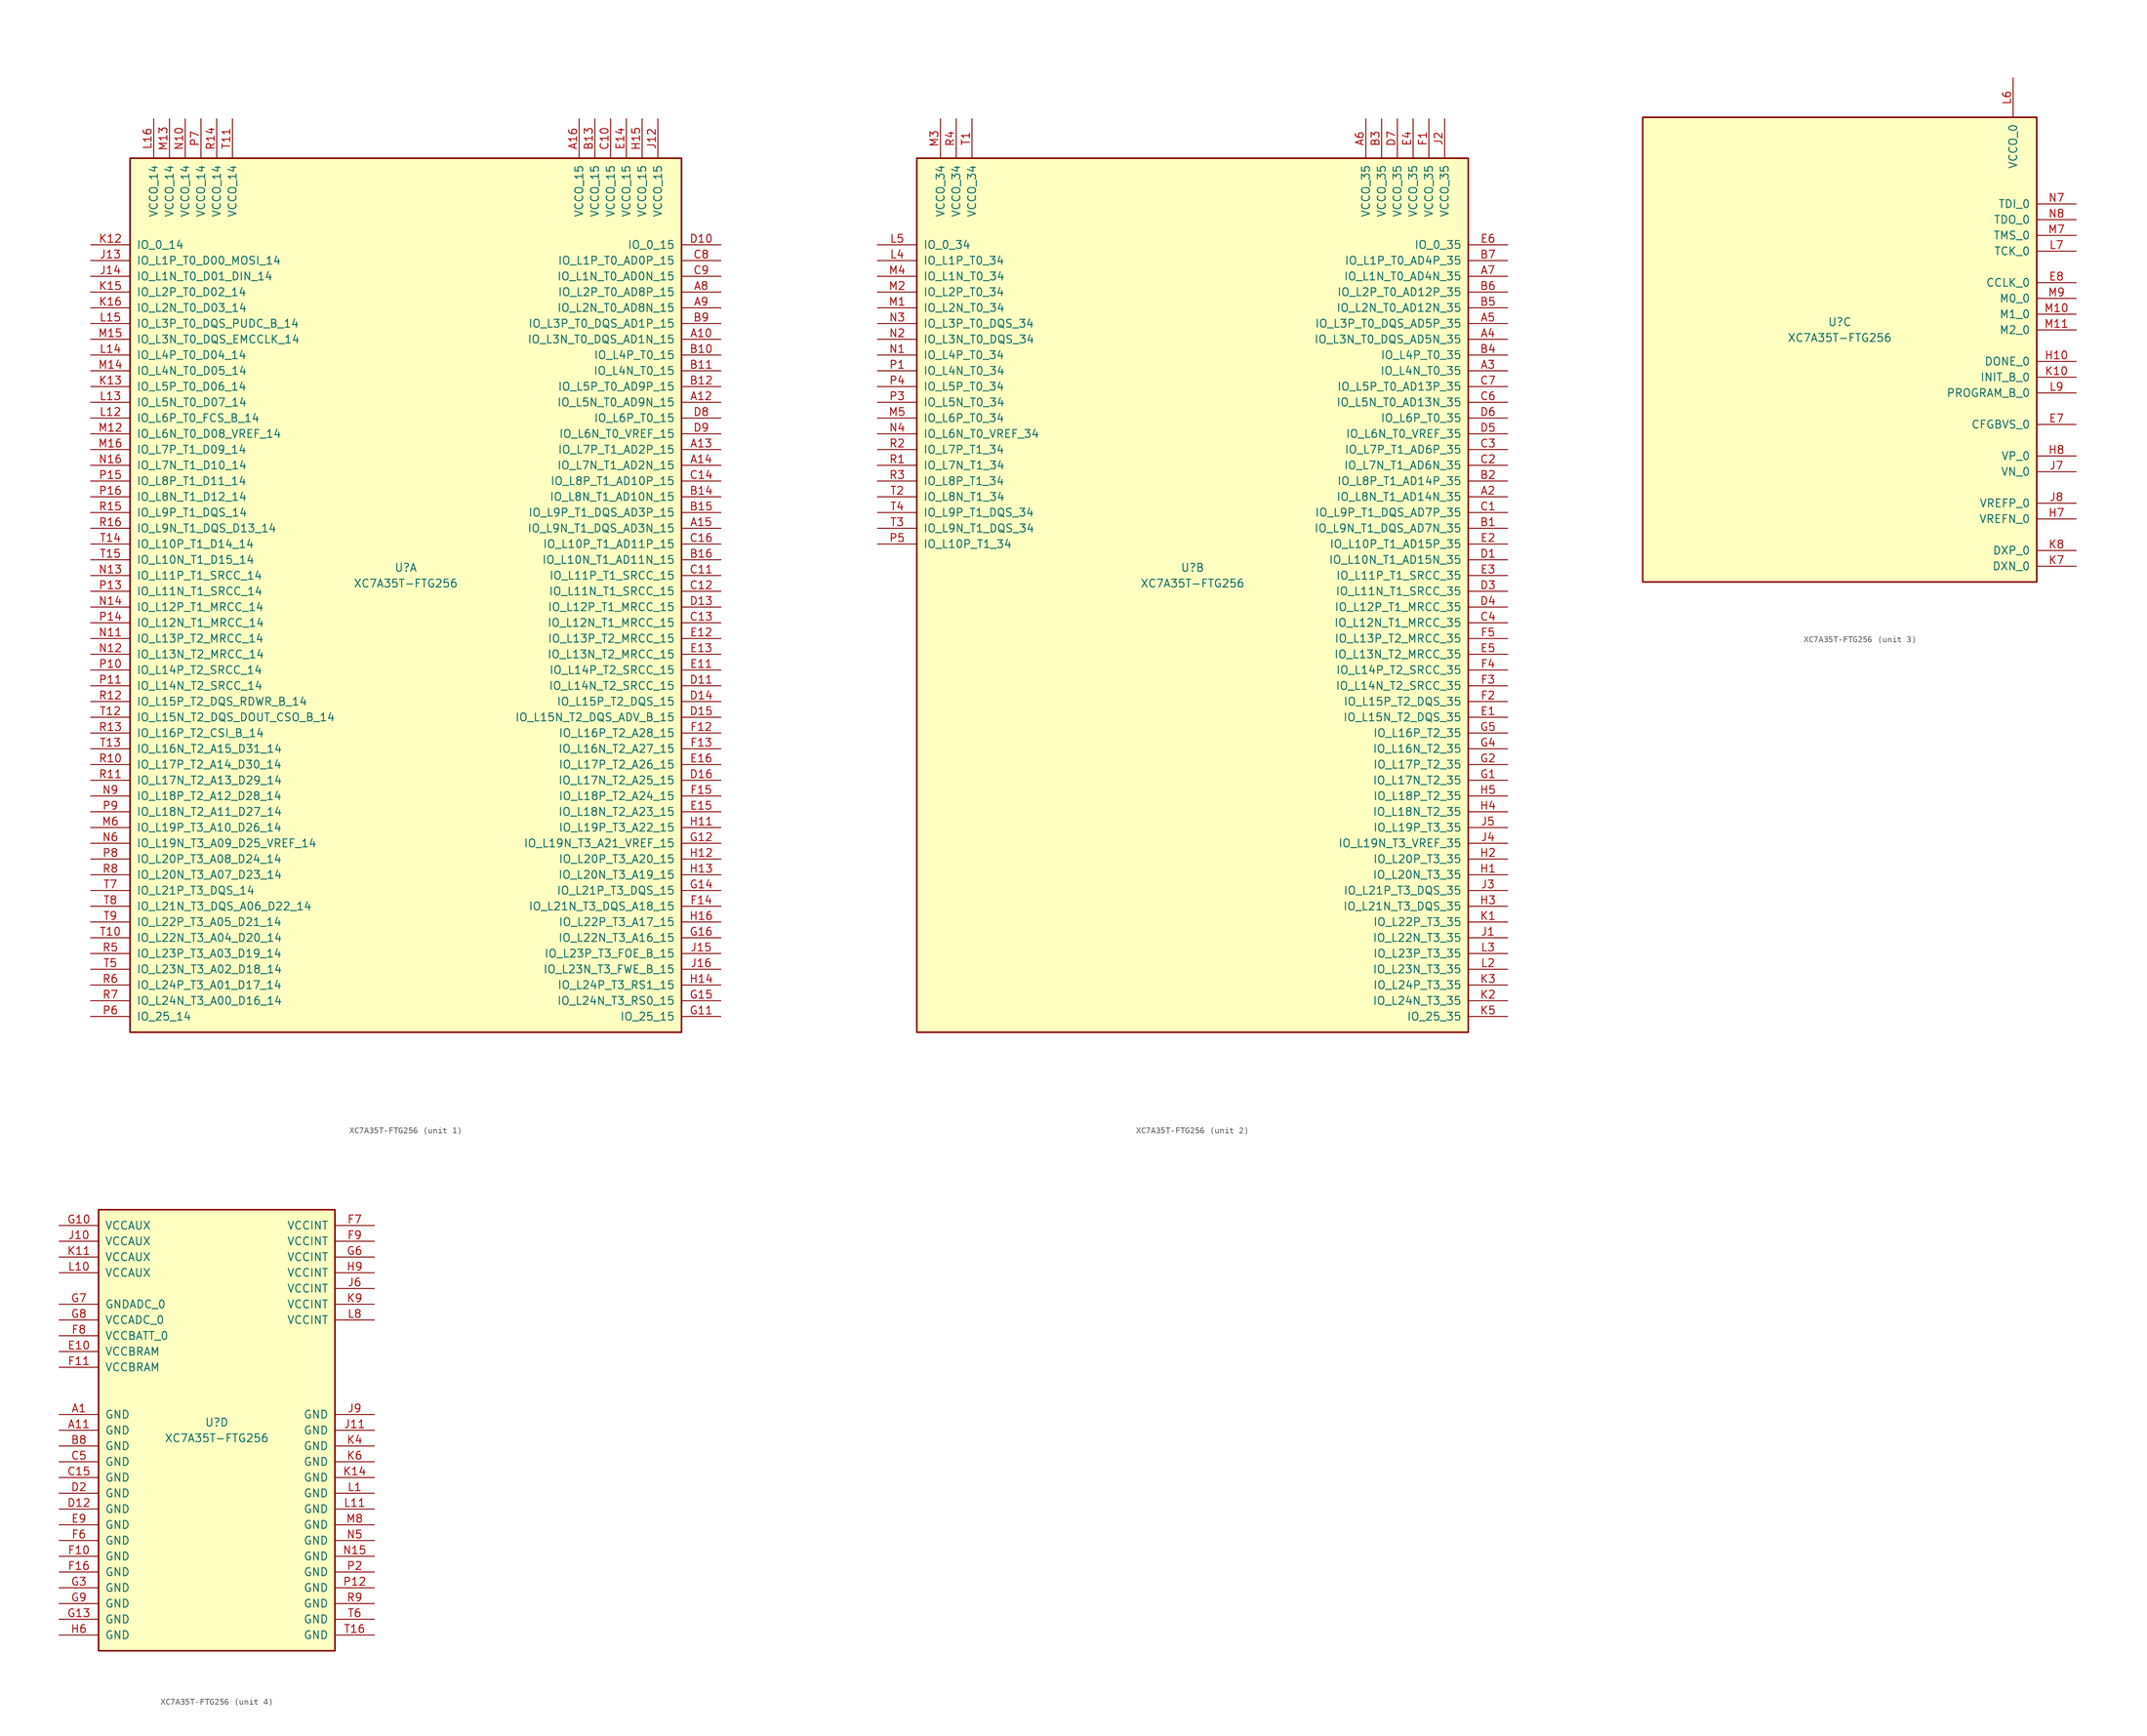
<source format=kicad_sym>
(kicad_symbol_lib
  (version 20201005)
  (generator kicad_symbol_editor)
  (symbol "XC7A35T-FTG256"
    (pin_names
      (offset 1.016))
    (property "Reference" "U"
      (at 0 1.27 0)
      (effects (font (size 1.27 1.27))))
    (property "Value" "XC7A35T-FTG256"
      (at 0 -1.27 0)
      (effects (font (size 1.27 1.27))))
    (property "Datasheet" ""
      (at 0 0 0)
      (effects (font (size 1.27 1.27))))
    (property "ki_locked" ""
      (at 0 0 0)
      (effects (font (size 1.27 1.27))))
    (symbol "XC7A35T-FTG256_1_1"
      (rectangle (start -44.45 67.31) (end 44.45 -73.66) (stroke (width 0.254)) (fill (type background)))
      (pin bidirectional line (at 50.8 38.1 180) (length 6.35) (name "IO_L3N_T0_DQS_AD1N_15" (effects (font (size 1.27 1.27)))) (number "A10" (effects (font (size 1.27 1.27)))))
      (pin bidirectional line (at 50.8 27.94 180) (length 6.35) (name "IO_L5N_T0_AD9N_15" (effects (font (size 1.27 1.27)))) (number "A12" (effects (font (size 1.27 1.27)))))
      (pin bidirectional line (at 50.8 20.32 180) (length 6.35) (name "IO_L7P_T1_AD2P_15" (effects (font (size 1.27 1.27)))) (number "A13" (effects (font (size 1.27 1.27)))))
      (pin bidirectional line (at 50.8 17.78 180) (length 6.35) (name "IO_L7N_T1_AD2N_15" (effects (font (size 1.27 1.27)))) (number "A14" (effects (font (size 1.27 1.27)))))
      (pin bidirectional line (at 50.8 7.62 180) (length 6.35) (name "IO_L9N_T1_DQS_AD3N_15" (effects (font (size 1.27 1.27)))) (number "A15" (effects (font (size 1.27 1.27)))))
      (pin power_in line (at 27.94 73.66 270) (length 6.35) (name "VCCO_15" (effects (font (size 1.27 1.27)))) (number "A16" (effects (font (size 1.27 1.27)))))
      (pin bidirectional line (at 50.8 45.72 180) (length 6.35) (name "IO_L2P_T0_AD8P_15" (effects (font (size 1.27 1.27)))) (number "A8" (effects (font (size 1.27 1.27)))))
      (pin bidirectional line (at 50.8 43.18 180) (length 6.35) (name "IO_L2N_T0_AD8N_15" (effects (font (size 1.27 1.27)))) (number "A9" (effects (font (size 1.27 1.27)))))
      (pin bidirectional line (at 50.8 35.56 180) (length 6.35) (name "IO_L4P_T0_15" (effects (font (size 1.27 1.27)))) (number "B10" (effects (font (size 1.27 1.27)))))
      (pin bidirectional line (at 50.8 33.02 180) (length 6.35) (name "IO_L4N_T0_15" (effects (font (size 1.27 1.27)))) (number "B11" (effects (font (size 1.27 1.27)))))
      (pin bidirectional line (at 50.8 30.48 180) (length 6.35) (name "IO_L5P_T0_AD9P_15" (effects (font (size 1.27 1.27)))) (number "B12" (effects (font (size 1.27 1.27)))))
      (pin power_in line (at 30.48 73.66 270) (length 6.35) (name "VCCO_15" (effects (font (size 1.27 1.27)))) (number "B13" (effects (font (size 1.27 1.27)))))
      (pin bidirectional line (at 50.8 12.7 180) (length 6.35) (name "IO_L8N_T1_AD10N_15" (effects (font (size 1.27 1.27)))) (number "B14" (effects (font (size 1.27 1.27)))))
      (pin bidirectional line (at 50.8 10.16 180) (length 6.35) (name "IO_L9P_T1_DQS_AD3P_15" (effects (font (size 1.27 1.27)))) (number "B15" (effects (font (size 1.27 1.27)))))
      (pin bidirectional line (at 50.8 2.54 180) (length 6.35) (name "IO_L10N_T1_AD11N_15" (effects (font (size 1.27 1.27)))) (number "B16" (effects (font (size 1.27 1.27)))))
      (pin bidirectional line (at 50.8 40.64 180) (length 6.35) (name "IO_L3P_T0_DQS_AD1P_15" (effects (font (size 1.27 1.27)))) (number "B9" (effects (font (size 1.27 1.27)))))
      (pin power_in line (at 33.02 73.66 270) (length 6.35) (name "VCCO_15" (effects (font (size 1.27 1.27)))) (number "C10" (effects (font (size 1.27 1.27)))))
      (pin bidirectional line (at 50.8 0 180) (length 6.35) (name "IO_L11P_T1_SRCC_15" (effects (font (size 1.27 1.27)))) (number "C11" (effects (font (size 1.27 1.27)))))
      (pin bidirectional line (at 50.8 -2.54 180) (length 6.35) (name "IO_L11N_T1_SRCC_15" (effects (font (size 1.27 1.27)))) (number "C12" (effects (font (size 1.27 1.27)))))
      (pin bidirectional line (at 50.8 -7.62 180) (length 6.35) (name "IO_L12N_T1_MRCC_15" (effects (font (size 1.27 1.27)))) (number "C13" (effects (font (size 1.27 1.27)))))
      (pin bidirectional line (at 50.8 15.24 180) (length 6.35) (name "IO_L8P_T1_AD10P_15" (effects (font (size 1.27 1.27)))) (number "C14" (effects (font (size 1.27 1.27)))))
      (pin bidirectional line (at 50.8 5.08 180) (length 6.35) (name "IO_L10P_T1_AD11P_15" (effects (font (size 1.27 1.27)))) (number "C16" (effects (font (size 1.27 1.27)))))
      (pin bidirectional line (at 50.8 50.8 180) (length 6.35) (name "IO_L1P_T0_AD0P_15" (effects (font (size 1.27 1.27)))) (number "C8" (effects (font (size 1.27 1.27)))))
      (pin bidirectional line (at 50.8 48.26 180) (length 6.35) (name "IO_L1N_T0_AD0N_15" (effects (font (size 1.27 1.27)))) (number "C9" (effects (font (size 1.27 1.27)))))
      (pin bidirectional line (at 50.8 53.34 180) (length 6.35) (name "IO_0_15" (effects (font (size 1.27 1.27)))) (number "D10" (effects (font (size 1.27 1.27)))))
      (pin bidirectional line (at 50.8 -17.78 180) (length 6.35) (name "IO_L14N_T2_SRCC_15" (effects (font (size 1.27 1.27)))) (number "D11" (effects (font (size 1.27 1.27)))))
      (pin bidirectional line (at 50.8 -5.08 180) (length 6.35) (name "IO_L12P_T1_MRCC_15" (effects (font (size 1.27 1.27)))) (number "D13" (effects (font (size 1.27 1.27)))))
      (pin bidirectional line (at 50.8 -20.32 180) (length 6.35) (name "IO_L15P_T2_DQS_15" (effects (font (size 1.27 1.27)))) (number "D14" (effects (font (size 1.27 1.27)))))
      (pin bidirectional line (at 50.8 -22.86 180) (length 6.35) (name "IO_L15N_T2_DQS_ADV_B_15" (effects (font (size 1.27 1.27)))) (number "D15" (effects (font (size 1.27 1.27)))))
      (pin bidirectional line (at 50.8 -33.02 180) (length 6.35) (name "IO_L17N_T2_A25_15" (effects (font (size 1.27 1.27)))) (number "D16" (effects (font (size 1.27 1.27)))))
      (pin bidirectional line (at 50.8 25.4 180) (length 6.35) (name "IO_L6P_T0_15" (effects (font (size 1.27 1.27)))) (number "D8" (effects (font (size 1.27 1.27)))))
      (pin bidirectional line (at 50.8 22.86 180) (length 6.35) (name "IO_L6N_T0_VREF_15" (effects (font (size 1.27 1.27)))) (number "D9" (effects (font (size 1.27 1.27)))))
      (pin bidirectional line (at 50.8 -15.24 180) (length 6.35) (name "IO_L14P_T2_SRCC_15" (effects (font (size 1.27 1.27)))) (number "E11" (effects (font (size 1.27 1.27)))))
      (pin bidirectional line (at 50.8 -10.16 180) (length 6.35) (name "IO_L13P_T2_MRCC_15" (effects (font (size 1.27 1.27)))) (number "E12" (effects (font (size 1.27 1.27)))))
      (pin bidirectional line (at 50.8 -12.7 180) (length 6.35) (name "IO_L13N_T2_MRCC_15" (effects (font (size 1.27 1.27)))) (number "E13" (effects (font (size 1.27 1.27)))))
      (pin power_in line (at 35.56 73.66 270) (length 6.35) (name "VCCO_15" (effects (font (size 1.27 1.27)))) (number "E14" (effects (font (size 1.27 1.27)))))
      (pin bidirectional line (at 50.8 -38.1 180) (length 6.35) (name "IO_L18N_T2_A23_15" (effects (font (size 1.27 1.27)))) (number "E15" (effects (font (size 1.27 1.27)))))
      (pin bidirectional line (at 50.8 -30.48 180) (length 6.35) (name "IO_L17P_T2_A26_15" (effects (font (size 1.27 1.27)))) (number "E16" (effects (font (size 1.27 1.27)))))
      (pin bidirectional line (at 50.8 -25.4 180) (length 6.35) (name "IO_L16P_T2_A28_15" (effects (font (size 1.27 1.27)))) (number "F12" (effects (font (size 1.27 1.27)))))
      (pin bidirectional line (at 50.8 -27.94 180) (length 6.35) (name "IO_L16N_T2_A27_15" (effects (font (size 1.27 1.27)))) (number "F13" (effects (font (size 1.27 1.27)))))
      (pin bidirectional line (at 50.8 -53.34 180) (length 6.35) (name "IO_L21N_T3_DQS_A18_15" (effects (font (size 1.27 1.27)))) (number "F14" (effects (font (size 1.27 1.27)))))
      (pin bidirectional line (at 50.8 -35.56 180) (length 6.35) (name "IO_L18P_T2_A24_15" (effects (font (size 1.27 1.27)))) (number "F15" (effects (font (size 1.27 1.27)))))
      (pin bidirectional line (at 50.8 -71.12 180) (length 6.35) (name "IO_25_15" (effects (font (size 1.27 1.27)))) (number "G11" (effects (font (size 1.27 1.27)))))
      (pin bidirectional line (at 50.8 -43.18 180) (length 6.35) (name "IO_L19N_T3_A21_VREF_15" (effects (font (size 1.27 1.27)))) (number "G12" (effects (font (size 1.27 1.27)))))
      (pin bidirectional line (at 50.8 -50.8 180) (length 6.35) (name "IO_L21P_T3_DQS_15" (effects (font (size 1.27 1.27)))) (number "G14" (effects (font (size 1.27 1.27)))))
      (pin bidirectional line (at 50.8 -68.58 180) (length 6.35) (name "IO_L24N_T3_RS0_15" (effects (font (size 1.27 1.27)))) (number "G15" (effects (font (size 1.27 1.27)))))
      (pin bidirectional line (at 50.8 -58.42 180) (length 6.35) (name "IO_L22N_T3_A16_15" (effects (font (size 1.27 1.27)))) (number "G16" (effects (font (size 1.27 1.27)))))
      (pin bidirectional line (at 50.8 -40.64 180) (length 6.35) (name "IO_L19P_T3_A22_15" (effects (font (size 1.27 1.27)))) (number "H11" (effects (font (size 1.27 1.27)))))
      (pin bidirectional line (at 50.8 -45.72 180) (length 6.35) (name "IO_L20P_T3_A20_15" (effects (font (size 1.27 1.27)))) (number "H12" (effects (font (size 1.27 1.27)))))
      (pin bidirectional line (at 50.8 -48.26 180) (length 6.35) (name "IO_L20N_T3_A19_15" (effects (font (size 1.27 1.27)))) (number "H13" (effects (font (size 1.27 1.27)))))
      (pin bidirectional line (at 50.8 -66.04 180) (length 6.35) (name "IO_L24P_T3_RS1_15" (effects (font (size 1.27 1.27)))) (number "H14" (effects (font (size 1.27 1.27)))))
      (pin power_in line (at 38.1 73.66 270) (length 6.35) (name "VCCO_15" (effects (font (size 1.27 1.27)))) (number "H15" (effects (font (size 1.27 1.27)))))
      (pin bidirectional line (at 50.8 -55.88 180) (length 6.35) (name "IO_L22P_T3_A17_15" (effects (font (size 1.27 1.27)))) (number "H16" (effects (font (size 1.27 1.27)))))
      (pin power_in line (at 40.64 73.66 270) (length 6.35) (name "VCCO_15" (effects (font (size 1.27 1.27)))) (number "J12" (effects (font (size 1.27 1.27)))))
      (pin bidirectional line (at -50.8 50.8 0) (length 6.35) (name "IO_L1P_T0_D00_MOSI_14" (effects (font (size 1.27 1.27)))) (number "J13" (effects (font (size 1.27 1.27)))))
      (pin bidirectional line (at -50.8 48.26 0) (length 6.35) (name "IO_L1N_T0_D01_DIN_14" (effects (font (size 1.27 1.27)))) (number "J14" (effects (font (size 1.27 1.27)))))
      (pin bidirectional line (at 50.8 -60.96 180) (length 6.35) (name "IO_L23P_T3_FOE_B_15" (effects (font (size 1.27 1.27)))) (number "J15" (effects (font (size 1.27 1.27)))))
      (pin bidirectional line (at 50.8 -63.5 180) (length 6.35) (name "IO_L23N_T3_FWE_B_15" (effects (font (size 1.27 1.27)))) (number "J16" (effects (font (size 1.27 1.27)))))
      (pin bidirectional line (at -50.8 53.34 0) (length 6.35) (name "IO_0_14" (effects (font (size 1.27 1.27)))) (number "K12" (effects (font (size 1.27 1.27)))))
      (pin bidirectional line (at -50.8 30.48 0) (length 6.35) (name "IO_L5P_T0_D06_14" (effects (font (size 1.27 1.27)))) (number "K13" (effects (font (size 1.27 1.27)))))
      (pin bidirectional line (at -50.8 45.72 0) (length 6.35) (name "IO_L2P_T0_D02_14" (effects (font (size 1.27 1.27)))) (number "K15" (effects (font (size 1.27 1.27)))))
      (pin bidirectional line (at -50.8 43.18 0) (length 6.35) (name "IO_L2N_T0_D03_14" (effects (font (size 1.27 1.27)))) (number "K16" (effects (font (size 1.27 1.27)))))
      (pin bidirectional line (at -50.8 25.4 0) (length 6.35) (name "IO_L6P_T0_FCS_B_14" (effects (font (size 1.27 1.27)))) (number "L12" (effects (font (size 1.27 1.27)))))
      (pin bidirectional line (at -50.8 27.94 0) (length 6.35) (name "IO_L5N_T0_D07_14" (effects (font (size 1.27 1.27)))) (number "L13" (effects (font (size 1.27 1.27)))))
      (pin bidirectional line (at -50.8 35.56 0) (length 6.35) (name "IO_L4P_T0_D04_14" (effects (font (size 1.27 1.27)))) (number "L14" (effects (font (size 1.27 1.27)))))
      (pin bidirectional line (at -50.8 40.64 0) (length 6.35) (name "IO_L3P_T0_DQS_PUDC_B_14" (effects (font (size 1.27 1.27)))) (number "L15" (effects (font (size 1.27 1.27)))))
      (pin power_in line (at -40.64 73.66 270) (length 6.35) (name "VCCO_14" (effects (font (size 1.27 1.27)))) (number "L16" (effects (font (size 1.27 1.27)))))
      (pin bidirectional line (at -50.8 22.86 0) (length 6.35) (name "IO_L6N_T0_D08_VREF_14" (effects (font (size 1.27 1.27)))) (number "M12" (effects (font (size 1.27 1.27)))))
      (pin power_in line (at -38.1 73.66 270) (length 6.35) (name "VCCO_14" (effects (font (size 1.27 1.27)))) (number "M13" (effects (font (size 1.27 1.27)))))
      (pin bidirectional line (at -50.8 33.02 0) (length 6.35) (name "IO_L4N_T0_D05_14" (effects (font (size 1.27 1.27)))) (number "M14" (effects (font (size 1.27 1.27)))))
      (pin bidirectional line (at -50.8 38.1 0) (length 6.35) (name "IO_L3N_T0_DQS_EMCCLK_14" (effects (font (size 1.27 1.27)))) (number "M15" (effects (font (size 1.27 1.27)))))
      (pin bidirectional line (at -50.8 20.32 0) (length 6.35) (name "IO_L7P_T1_D09_14" (effects (font (size 1.27 1.27)))) (number "M16" (effects (font (size 1.27 1.27)))))
      (pin bidirectional line (at -50.8 -40.64 0) (length 6.35) (name "IO_L19P_T3_A10_D26_14" (effects (font (size 1.27 1.27)))) (number "M6" (effects (font (size 1.27 1.27)))))
      (pin power_in line (at -35.56 73.66 270) (length 6.35) (name "VCCO_14" (effects (font (size 1.27 1.27)))) (number "N10" (effects (font (size 1.27 1.27)))))
      (pin bidirectional line (at -50.8 -10.16 0) (length 6.35) (name "IO_L13P_T2_MRCC_14" (effects (font (size 1.27 1.27)))) (number "N11" (effects (font (size 1.27 1.27)))))
      (pin bidirectional line (at -50.8 -12.7 0) (length 6.35) (name "IO_L13N_T2_MRCC_14" (effects (font (size 1.27 1.27)))) (number "N12" (effects (font (size 1.27 1.27)))))
      (pin bidirectional line (at -50.8 0 0) (length 6.35) (name "IO_L11P_T1_SRCC_14" (effects (font (size 1.27 1.27)))) (number "N13" (effects (font (size 1.27 1.27)))))
      (pin bidirectional line (at -50.8 -5.08 0) (length 6.35) (name "IO_L12P_T1_MRCC_14" (effects (font (size 1.27 1.27)))) (number "N14" (effects (font (size 1.27 1.27)))))
      (pin bidirectional line (at -50.8 17.78 0) (length 6.35) (name "IO_L7N_T1_D10_14" (effects (font (size 1.27 1.27)))) (number "N16" (effects (font (size 1.27 1.27)))))
      (pin bidirectional line (at -50.8 -43.18 0) (length 6.35) (name "IO_L19N_T3_A09_D25_VREF_14" (effects (font (size 1.27 1.27)))) (number "N6" (effects (font (size 1.27 1.27)))))
      (pin bidirectional line (at -50.8 -35.56 0) (length 6.35) (name "IO_L18P_T2_A12_D28_14" (effects (font (size 1.27 1.27)))) (number "N9" (effects (font (size 1.27 1.27)))))
      (pin bidirectional line (at -50.8 -15.24 0) (length 6.35) (name "IO_L14P_T2_SRCC_14" (effects (font (size 1.27 1.27)))) (number "P10" (effects (font (size 1.27 1.27)))))
      (pin bidirectional line (at -50.8 -17.78 0) (length 6.35) (name "IO_L14N_T2_SRCC_14" (effects (font (size 1.27 1.27)))) (number "P11" (effects (font (size 1.27 1.27)))))
      (pin bidirectional line (at -50.8 -2.54 0) (length 6.35) (name "IO_L11N_T1_SRCC_14" (effects (font (size 1.27 1.27)))) (number "P13" (effects (font (size 1.27 1.27)))))
      (pin bidirectional line (at -50.8 -7.62 0) (length 6.35) (name "IO_L12N_T1_MRCC_14" (effects (font (size 1.27 1.27)))) (number "P14" (effects (font (size 1.27 1.27)))))
      (pin bidirectional line (at -50.8 15.24 0) (length 6.35) (name "IO_L8P_T1_D11_14" (effects (font (size 1.27 1.27)))) (number "P15" (effects (font (size 1.27 1.27)))))
      (pin bidirectional line (at -50.8 12.7 0) (length 6.35) (name "IO_L8N_T1_D12_14" (effects (font (size 1.27 1.27)))) (number "P16" (effects (font (size 1.27 1.27)))))
      (pin bidirectional line (at -50.8 -71.12 0) (length 6.35) (name "IO_25_14" (effects (font (size 1.27 1.27)))) (number "P6" (effects (font (size 1.27 1.27)))))
      (pin power_in line (at -33.02 73.66 270) (length 6.35) (name "VCCO_14" (effects (font (size 1.27 1.27)))) (number "P7" (effects (font (size 1.27 1.27)))))
      (pin bidirectional line (at -50.8 -45.72 0) (length 6.35) (name "IO_L20P_T3_A08_D24_14" (effects (font (size 1.27 1.27)))) (number "P8" (effects (font (size 1.27 1.27)))))
      (pin bidirectional line (at -50.8 -38.1 0) (length 6.35) (name "IO_L18N_T2_A11_D27_14" (effects (font (size 1.27 1.27)))) (number "P9" (effects (font (size 1.27 1.27)))))
      (pin bidirectional line (at -50.8 -30.48 0) (length 6.35) (name "IO_L17P_T2_A14_D30_14" (effects (font (size 1.27 1.27)))) (number "R10" (effects (font (size 1.27 1.27)))))
      (pin bidirectional line (at -50.8 -33.02 0) (length 6.35) (name "IO_L17N_T2_A13_D29_14" (effects (font (size 1.27 1.27)))) (number "R11" (effects (font (size 1.27 1.27)))))
      (pin bidirectional line (at -50.8 -20.32 0) (length 6.35) (name "IO_L15P_T2_DQS_RDWR_B_14" (effects (font (size 1.27 1.27)))) (number "R12" (effects (font (size 1.27 1.27)))))
      (pin bidirectional line (at -50.8 -25.4 0) (length 6.35) (name "IO_L16P_T2_CSI_B_14" (effects (font (size 1.27 1.27)))) (number "R13" (effects (font (size 1.27 1.27)))))
      (pin power_in line (at -30.48 73.66 270) (length 6.35) (name "VCCO_14" (effects (font (size 1.27 1.27)))) (number "R14" (effects (font (size 1.27 1.27)))))
      (pin bidirectional line (at -50.8 10.16 0) (length 6.35) (name "IO_L9P_T1_DQS_14" (effects (font (size 1.27 1.27)))) (number "R15" (effects (font (size 1.27 1.27)))))
      (pin bidirectional line (at -50.8 7.62 0) (length 6.35) (name "IO_L9N_T1_DQS_D13_14" (effects (font (size 1.27 1.27)))) (number "R16" (effects (font (size 1.27 1.27)))))
      (pin bidirectional line (at -50.8 -60.96 0) (length 6.35) (name "IO_L23P_T3_A03_D19_14" (effects (font (size 1.27 1.27)))) (number "R5" (effects (font (size 1.27 1.27)))))
      (pin bidirectional line (at -50.8 -66.04 0) (length 6.35) (name "IO_L24P_T3_A01_D17_14" (effects (font (size 1.27 1.27)))) (number "R6" (effects (font (size 1.27 1.27)))))
      (pin bidirectional line (at -50.8 -68.58 0) (length 6.35) (name "IO_L24N_T3_A00_D16_14" (effects (font (size 1.27 1.27)))) (number "R7" (effects (font (size 1.27 1.27)))))
      (pin bidirectional line (at -50.8 -48.26 0) (length 6.35) (name "IO_L20N_T3_A07_D23_14" (effects (font (size 1.27 1.27)))) (number "R8" (effects (font (size 1.27 1.27)))))
      (pin bidirectional line (at -50.8 -58.42 0) (length 6.35) (name "IO_L22N_T3_A04_D20_14" (effects (font (size 1.27 1.27)))) (number "T10" (effects (font (size 1.27 1.27)))))
      (pin power_in line (at -27.94 73.66 270) (length 6.35) (name "VCCO_14" (effects (font (size 1.27 1.27)))) (number "T11" (effects (font (size 1.27 1.27)))))
      (pin bidirectional line (at -50.8 -22.86 0) (length 6.35) (name "IO_L15N_T2_DQS_DOUT_CSO_B_14" (effects (font (size 1.27 1.27)))) (number "T12" (effects (font (size 1.27 1.27)))))
      (pin bidirectional line (at -50.8 -27.94 0) (length 6.35) (name "IO_L16N_T2_A15_D31_14" (effects (font (size 1.27 1.27)))) (number "T13" (effects (font (size 1.27 1.27)))))
      (pin bidirectional line (at -50.8 5.08 0) (length 6.35) (name "IO_L10P_T1_D14_14" (effects (font (size 1.27 1.27)))) (number "T14" (effects (font (size 1.27 1.27)))))
      (pin bidirectional line (at -50.8 2.54 0) (length 6.35) (name "IO_L10N_T1_D15_14" (effects (font (size 1.27 1.27)))) (number "T15" (effects (font (size 1.27 1.27)))))
      (pin bidirectional line (at -50.8 -63.5 0) (length 6.35) (name "IO_L23N_T3_A02_D18_14" (effects (font (size 1.27 1.27)))) (number "T5" (effects (font (size 1.27 1.27)))))
      (pin bidirectional line (at -50.8 -50.8 0) (length 6.35) (name "IO_L21P_T3_DQS_14" (effects (font (size 1.27 1.27)))) (number "T7" (effects (font (size 1.27 1.27)))))
      (pin bidirectional line (at -50.8 -53.34 0) (length 6.35) (name "IO_L21N_T3_DQS_A06_D22_14" (effects (font (size 1.27 1.27)))) (number "T8" (effects (font (size 1.27 1.27)))))
      (pin bidirectional line (at -50.8 -55.88 0) (length 6.35) (name "IO_L22P_T3_A05_D21_14" (effects (font (size 1.27 1.27)))) (number "T9" (effects (font (size 1.27 1.27))))))
    (symbol "XC7A35T-FTG256_2_1"
      (rectangle (start -44.45 67.31) (end 44.45 -73.66) (stroke (width 0.254)) (fill (type background)))
      (pin bidirectional line (at 50.8 12.7 180) (length 6.35) (name "IO_L8N_T1_AD14N_35" (effects (font (size 1.27 1.27)))) (number "A2" (effects (font (size 1.27 1.27)))))
      (pin bidirectional line (at 50.8 33.02 180) (length 6.35) (name "IO_L4N_T0_35" (effects (font (size 1.27 1.27)))) (number "A3" (effects (font (size 1.27 1.27)))))
      (pin bidirectional line (at 50.8 38.1 180) (length 6.35) (name "IO_L3N_T0_DQS_AD5N_35" (effects (font (size 1.27 1.27)))) (number "A4" (effects (font (size 1.27 1.27)))))
      (pin bidirectional line (at 50.8 40.64 180) (length 6.35) (name "IO_L3P_T0_DQS_AD5P_35" (effects (font (size 1.27 1.27)))) (number "A5" (effects (font (size 1.27 1.27)))))
      (pin power_in line (at 27.94 73.66 270) (length 6.35) (name "VCCO_35" (effects (font (size 1.27 1.27)))) (number "A6" (effects (font (size 1.27 1.27)))))
      (pin bidirectional line (at 50.8 48.26 180) (length 6.35) (name "IO_L1N_T0_AD4N_35" (effects (font (size 1.27 1.27)))) (number "A7" (effects (font (size 1.27 1.27)))))
      (pin bidirectional line (at 50.8 7.62 180) (length 6.35) (name "IO_L9N_T1_DQS_AD7N_35" (effects (font (size 1.27 1.27)))) (number "B1" (effects (font (size 1.27 1.27)))))
      (pin bidirectional line (at 50.8 15.24 180) (length 6.35) (name "IO_L8P_T1_AD14P_35" (effects (font (size 1.27 1.27)))) (number "B2" (effects (font (size 1.27 1.27)))))
      (pin power_in line (at 30.48 73.66 270) (length 6.35) (name "VCCO_35" (effects (font (size 1.27 1.27)))) (number "B3" (effects (font (size 1.27 1.27)))))
      (pin bidirectional line (at 50.8 35.56 180) (length 6.35) (name "IO_L4P_T0_35" (effects (font (size 1.27 1.27)))) (number "B4" (effects (font (size 1.27 1.27)))))
      (pin bidirectional line (at 50.8 43.18 180) (length 6.35) (name "IO_L2N_T0_AD12N_35" (effects (font (size 1.27 1.27)))) (number "B5" (effects (font (size 1.27 1.27)))))
      (pin bidirectional line (at 50.8 45.72 180) (length 6.35) (name "IO_L2P_T0_AD12P_35" (effects (font (size 1.27 1.27)))) (number "B6" (effects (font (size 1.27 1.27)))))
      (pin bidirectional line (at 50.8 50.8 180) (length 6.35) (name "IO_L1P_T0_AD4P_35" (effects (font (size 1.27 1.27)))) (number "B7" (effects (font (size 1.27 1.27)))))
      (pin bidirectional line (at 50.8 10.16 180) (length 6.35) (name "IO_L9P_T1_DQS_AD7P_35" (effects (font (size 1.27 1.27)))) (number "C1" (effects (font (size 1.27 1.27)))))
      (pin bidirectional line (at 50.8 17.78 180) (length 6.35) (name "IO_L7N_T1_AD6N_35" (effects (font (size 1.27 1.27)))) (number "C2" (effects (font (size 1.27 1.27)))))
      (pin bidirectional line (at 50.8 20.32 180) (length 6.35) (name "IO_L7P_T1_AD6P_35" (effects (font (size 1.27 1.27)))) (number "C3" (effects (font (size 1.27 1.27)))))
      (pin bidirectional line (at 50.8 -7.62 180) (length 6.35) (name "IO_L12N_T1_MRCC_35" (effects (font (size 1.27 1.27)))) (number "C4" (effects (font (size 1.27 1.27)))))
      (pin bidirectional line (at 50.8 27.94 180) (length 6.35) (name "IO_L5N_T0_AD13N_35" (effects (font (size 1.27 1.27)))) (number "C6" (effects (font (size 1.27 1.27)))))
      (pin bidirectional line (at 50.8 30.48 180) (length 6.35) (name "IO_L5P_T0_AD13P_35" (effects (font (size 1.27 1.27)))) (number "C7" (effects (font (size 1.27 1.27)))))
      (pin bidirectional line (at 50.8 2.54 180) (length 6.35) (name "IO_L10N_T1_AD15N_35" (effects (font (size 1.27 1.27)))) (number "D1" (effects (font (size 1.27 1.27)))))
      (pin bidirectional line (at 50.8 -2.54 180) (length 6.35) (name "IO_L11N_T1_SRCC_35" (effects (font (size 1.27 1.27)))) (number "D3" (effects (font (size 1.27 1.27)))))
      (pin bidirectional line (at 50.8 -5.08 180) (length 6.35) (name "IO_L12P_T1_MRCC_35" (effects (font (size 1.27 1.27)))) (number "D4" (effects (font (size 1.27 1.27)))))
      (pin bidirectional line (at 50.8 22.86 180) (length 6.35) (name "IO_L6N_T0_VREF_35" (effects (font (size 1.27 1.27)))) (number "D5" (effects (font (size 1.27 1.27)))))
      (pin bidirectional line (at 50.8 25.4 180) (length 6.35) (name "IO_L6P_T0_35" (effects (font (size 1.27 1.27)))) (number "D6" (effects (font (size 1.27 1.27)))))
      (pin power_in line (at 33.02 73.66 270) (length 6.35) (name "VCCO_35" (effects (font (size 1.27 1.27)))) (number "D7" (effects (font (size 1.27 1.27)))))
      (pin bidirectional line (at 50.8 -22.86 180) (length 6.35) (name "IO_L15N_T2_DQS_35" (effects (font (size 1.27 1.27)))) (number "E1" (effects (font (size 1.27 1.27)))))
      (pin bidirectional line (at 50.8 5.08 180) (length 6.35) (name "IO_L10P_T1_AD15P_35" (effects (font (size 1.27 1.27)))) (number "E2" (effects (font (size 1.27 1.27)))))
      (pin bidirectional line (at 50.8 0 180) (length 6.35) (name "IO_L11P_T1_SRCC_35" (effects (font (size 1.27 1.27)))) (number "E3" (effects (font (size 1.27 1.27)))))
      (pin power_in line (at 35.56 73.66 270) (length 6.35) (name "VCCO_35" (effects (font (size 1.27 1.27)))) (number "E4" (effects (font (size 1.27 1.27)))))
      (pin bidirectional line (at 50.8 -12.7 180) (length 6.35) (name "IO_L13N_T2_MRCC_35" (effects (font (size 1.27 1.27)))) (number "E5" (effects (font (size 1.27 1.27)))))
      (pin bidirectional line (at 50.8 53.34 180) (length 6.35) (name "IO_0_35" (effects (font (size 1.27 1.27)))) (number "E6" (effects (font (size 1.27 1.27)))))
      (pin power_in line (at 38.1 73.66 270) (length 6.35) (name "VCCO_35" (effects (font (size 1.27 1.27)))) (number "F1" (effects (font (size 1.27 1.27)))))
      (pin bidirectional line (at 50.8 -20.32 180) (length 6.35) (name "IO_L15P_T2_DQS_35" (effects (font (size 1.27 1.27)))) (number "F2" (effects (font (size 1.27 1.27)))))
      (pin bidirectional line (at 50.8 -17.78 180) (length 6.35) (name "IO_L14N_T2_SRCC_35" (effects (font (size 1.27 1.27)))) (number "F3" (effects (font (size 1.27 1.27)))))
      (pin bidirectional line (at 50.8 -15.24 180) (length 6.35) (name "IO_L14P_T2_SRCC_35" (effects (font (size 1.27 1.27)))) (number "F4" (effects (font (size 1.27 1.27)))))
      (pin bidirectional line (at 50.8 -10.16 180) (length 6.35) (name "IO_L13P_T2_MRCC_35" (effects (font (size 1.27 1.27)))) (number "F5" (effects (font (size 1.27 1.27)))))
      (pin bidirectional line (at 50.8 -33.02 180) (length 6.35) (name "IO_L17N_T2_35" (effects (font (size 1.27 1.27)))) (number "G1" (effects (font (size 1.27 1.27)))))
      (pin bidirectional line (at 50.8 -30.48 180) (length 6.35) (name "IO_L17P_T2_35" (effects (font (size 1.27 1.27)))) (number "G2" (effects (font (size 1.27 1.27)))))
      (pin bidirectional line (at 50.8 -27.94 180) (length 6.35) (name "IO_L16N_T2_35" (effects (font (size 1.27 1.27)))) (number "G4" (effects (font (size 1.27 1.27)))))
      (pin bidirectional line (at 50.8 -25.4 180) (length 6.35) (name "IO_L16P_T2_35" (effects (font (size 1.27 1.27)))) (number "G5" (effects (font (size 1.27 1.27)))))
      (pin bidirectional line (at 50.8 -48.26 180) (length 6.35) (name "IO_L20N_T3_35" (effects (font (size 1.27 1.27)))) (number "H1" (effects (font (size 1.27 1.27)))))
      (pin bidirectional line (at 50.8 -45.72 180) (length 6.35) (name "IO_L20P_T3_35" (effects (font (size 1.27 1.27)))) (number "H2" (effects (font (size 1.27 1.27)))))
      (pin bidirectional line (at 50.8 -53.34 180) (length 6.35) (name "IO_L21N_T3_DQS_35" (effects (font (size 1.27 1.27)))) (number "H3" (effects (font (size 1.27 1.27)))))
      (pin bidirectional line (at 50.8 -38.1 180) (length 6.35) (name "IO_L18N_T2_35" (effects (font (size 1.27 1.27)))) (number "H4" (effects (font (size 1.27 1.27)))))
      (pin bidirectional line (at 50.8 -35.56 180) (length 6.35) (name "IO_L18P_T2_35" (effects (font (size 1.27 1.27)))) (number "H5" (effects (font (size 1.27 1.27)))))
      (pin bidirectional line (at 50.8 -58.42 180) (length 6.35) (name "IO_L22N_T3_35" (effects (font (size 1.27 1.27)))) (number "J1" (effects (font (size 1.27 1.27)))))
      (pin power_in line (at 40.64 73.66 270) (length 6.35) (name "VCCO_35" (effects (font (size 1.27 1.27)))) (number "J2" (effects (font (size 1.27 1.27)))))
      (pin bidirectional line (at 50.8 -50.8 180) (length 6.35) (name "IO_L21P_T3_DQS_35" (effects (font (size 1.27 1.27)))) (number "J3" (effects (font (size 1.27 1.27)))))
      (pin bidirectional line (at 50.8 -43.18 180) (length 6.35) (name "IO_L19N_T3_VREF_35" (effects (font (size 1.27 1.27)))) (number "J4" (effects (font (size 1.27 1.27)))))
      (pin bidirectional line (at 50.8 -40.64 180) (length 6.35) (name "IO_L19P_T3_35" (effects (font (size 1.27 1.27)))) (number "J5" (effects (font (size 1.27 1.27)))))
      (pin bidirectional line (at 50.8 -55.88 180) (length 6.35) (name "IO_L22P_T3_35" (effects (font (size 1.27 1.27)))) (number "K1" (effects (font (size 1.27 1.27)))))
      (pin bidirectional line (at 50.8 -68.58 180) (length 6.35) (name "IO_L24N_T3_35" (effects (font (size 1.27 1.27)))) (number "K2" (effects (font (size 1.27 1.27)))))
      (pin bidirectional line (at 50.8 -66.04 180) (length 6.35) (name "IO_L24P_T3_35" (effects (font (size 1.27 1.27)))) (number "K3" (effects (font (size 1.27 1.27)))))
      (pin bidirectional line (at 50.8 -71.12 180) (length 6.35) (name "IO_25_35" (effects (font (size 1.27 1.27)))) (number "K5" (effects (font (size 1.27 1.27)))))
      (pin bidirectional line (at 50.8 -63.5 180) (length 6.35) (name "IO_L23N_T3_35" (effects (font (size 1.27 1.27)))) (number "L2" (effects (font (size 1.27 1.27)))))
      (pin bidirectional line (at 50.8 -60.96 180) (length 6.35) (name "IO_L23P_T3_35" (effects (font (size 1.27 1.27)))) (number "L3" (effects (font (size 1.27 1.27)))))
      (pin bidirectional line (at -50.8 50.8 0) (length 6.35) (name "IO_L1P_T0_34" (effects (font (size 1.27 1.27)))) (number "L4" (effects (font (size 1.27 1.27)))))
      (pin bidirectional line (at -50.8 53.34 0) (length 6.35) (name "IO_0_34" (effects (font (size 1.27 1.27)))) (number "L5" (effects (font (size 1.27 1.27)))))
      (pin bidirectional line (at -50.8 43.18 0) (length 6.35) (name "IO_L2N_T0_34" (effects (font (size 1.27 1.27)))) (number "M1" (effects (font (size 1.27 1.27)))))
      (pin bidirectional line (at -50.8 45.72 0) (length 6.35) (name "IO_L2P_T0_34" (effects (font (size 1.27 1.27)))) (number "M2" (effects (font (size 1.27 1.27)))))
      (pin power_in line (at -40.64 73.66 270) (length 6.35) (name "VCCO_34" (effects (font (size 1.27 1.27)))) (number "M3" (effects (font (size 1.27 1.27)))))
      (pin bidirectional line (at -50.8 48.26 0) (length 6.35) (name "IO_L1N_T0_34" (effects (font (size 1.27 1.27)))) (number "M4" (effects (font (size 1.27 1.27)))))
      (pin bidirectional line (at -50.8 25.4 0) (length 6.35) (name "IO_L6P_T0_34" (effects (font (size 1.27 1.27)))) (number "M5" (effects (font (size 1.27 1.27)))))
      (pin bidirectional line (at -50.8 35.56 0) (length 6.35) (name "IO_L4P_T0_34" (effects (font (size 1.27 1.27)))) (number "N1" (effects (font (size 1.27 1.27)))))
      (pin bidirectional line (at -50.8 38.1 0) (length 6.35) (name "IO_L3N_T0_DQS_34" (effects (font (size 1.27 1.27)))) (number "N2" (effects (font (size 1.27 1.27)))))
      (pin bidirectional line (at -50.8 40.64 0) (length 6.35) (name "IO_L3P_T0_DQS_34" (effects (font (size 1.27 1.27)))) (number "N3" (effects (font (size 1.27 1.27)))))
      (pin bidirectional line (at -50.8 22.86 0) (length 6.35) (name "IO_L6N_T0_VREF_34" (effects (font (size 1.27 1.27)))) (number "N4" (effects (font (size 1.27 1.27)))))
      (pin bidirectional line (at -50.8 33.02 0) (length 6.35) (name "IO_L4N_T0_34" (effects (font (size 1.27 1.27)))) (number "P1" (effects (font (size 1.27 1.27)))))
      (pin bidirectional line (at -50.8 27.94 0) (length 6.35) (name "IO_L5N_T0_34" (effects (font (size 1.27 1.27)))) (number "P3" (effects (font (size 1.27 1.27)))))
      (pin bidirectional line (at -50.8 30.48 0) (length 6.35) (name "IO_L5P_T0_34" (effects (font (size 1.27 1.27)))) (number "P4" (effects (font (size 1.27 1.27)))))
      (pin bidirectional line (at -50.8 5.08 0) (length 6.35) (name "IO_L10P_T1_34" (effects (font (size 1.27 1.27)))) (number "P5" (effects (font (size 1.27 1.27)))))
      (pin bidirectional line (at -50.8 17.78 0) (length 6.35) (name "IO_L7N_T1_34" (effects (font (size 1.27 1.27)))) (number "R1" (effects (font (size 1.27 1.27)))))
      (pin bidirectional line (at -50.8 20.32 0) (length 6.35) (name "IO_L7P_T1_34" (effects (font (size 1.27 1.27)))) (number "R2" (effects (font (size 1.27 1.27)))))
      (pin bidirectional line (at -50.8 15.24 0) (length 6.35) (name "IO_L8P_T1_34" (effects (font (size 1.27 1.27)))) (number "R3" (effects (font (size 1.27 1.27)))))
      (pin power_in line (at -38.1 73.66 270) (length 6.35) (name "VCCO_34" (effects (font (size 1.27 1.27)))) (number "R4" (effects (font (size 1.27 1.27)))))
      (pin power_in line (at -35.56 73.66 270) (length 6.35) (name "VCCO_34" (effects (font (size 1.27 1.27)))) (number "T1" (effects (font (size 1.27 1.27)))))
      (pin bidirectional line (at -50.8 12.7 0) (length 6.35) (name "IO_L8N_T1_34" (effects (font (size 1.27 1.27)))) (number "T2" (effects (font (size 1.27 1.27)))))
      (pin bidirectional line (at -50.8 7.62 0) (length 6.35) (name "IO_L9N_T1_DQS_34" (effects (font (size 1.27 1.27)))) (number "T3" (effects (font (size 1.27 1.27)))))
      (pin bidirectional line (at -50.8 10.16 0) (length 6.35) (name "IO_L9P_T1_DQS_34" (effects (font (size 1.27 1.27)))) (number "T4" (effects (font (size 1.27 1.27))))))
    (symbol "XC7A35T-FTG256_3_1"
      (rectangle (start -31.75 34.29) (end 31.75 -40.64) (stroke (width 0.254)) (fill (type background)))
      (pin bidirectional line (at 38.1 -15.24 180) (length 6.35) (name "CFGBVS_0" (effects (font (size 1.27 1.27)))) (number "E7" (effects (font (size 1.27 1.27)))))
      (pin bidirectional line (at 38.1 7.62 180) (length 6.35) (name "CCLK_0" (effects (font (size 1.27 1.27)))) (number "E8" (effects (font (size 1.27 1.27)))))
      (pin bidirectional line (at 38.1 -5.08 180) (length 6.35) (name "DONE_0" (effects (font (size 1.27 1.27)))) (number "H10" (effects (font (size 1.27 1.27)))))
      (pin bidirectional line (at 38.1 -30.48 180) (length 6.35) (name "VREFN_0" (effects (font (size 1.27 1.27)))) (number "H7" (effects (font (size 1.27 1.27)))))
      (pin bidirectional line (at 38.1 -20.32 180) (length 6.35) (name "VP_0" (effects (font (size 1.27 1.27)))) (number "H8" (effects (font (size 1.27 1.27)))))
      (pin bidirectional line (at 38.1 -22.86 180) (length 6.35) (name "VN_0" (effects (font (size 1.27 1.27)))) (number "J7" (effects (font (size 1.27 1.27)))))
      (pin bidirectional line (at 38.1 -27.94 180) (length 6.35) (name "VREFP_0" (effects (font (size 1.27 1.27)))) (number "J8" (effects (font (size 1.27 1.27)))))
      (pin bidirectional line (at 38.1 -7.62 180) (length 6.35) (name "INIT_B_0" (effects (font (size 1.27 1.27)))) (number "K10" (effects (font (size 1.27 1.27)))))
      (pin bidirectional line (at 38.1 -38.1 180) (length 6.35) (name "DXN_0" (effects (font (size 1.27 1.27)))) (number "K7" (effects (font (size 1.27 1.27)))))
      (pin bidirectional line (at 38.1 -35.56 180) (length 6.35) (name "DXP_0" (effects (font (size 1.27 1.27)))) (number "K8" (effects (font (size 1.27 1.27)))))
      (pin power_in line (at 27.94 40.64 270) (length 6.35) (name "VCCO_0" (effects (font (size 1.27 1.27)))) (number "L6" (effects (font (size 1.27 1.27)))))
      (pin bidirectional line (at 38.1 12.7 180) (length 6.35) (name "TCK_0" (effects (font (size 1.27 1.27)))) (number "L7" (effects (font (size 1.27 1.27)))))
      (pin bidirectional line (at 38.1 -10.16 180) (length 6.35) (name "PROGRAM_B_0" (effects (font (size 1.27 1.27)))) (number "L9" (effects (font (size 1.27 1.27)))))
      (pin bidirectional line (at 38.1 2.54 180) (length 6.35) (name "M1_0" (effects (font (size 1.27 1.27)))) (number "M10" (effects (font (size 1.27 1.27)))))
      (pin bidirectional line (at 38.1 0 180) (length 6.35) (name "M2_0" (effects (font (size 1.27 1.27)))) (number "M11" (effects (font (size 1.27 1.27)))))
      (pin bidirectional line (at 38.1 15.24 180) (length 6.35) (name "TMS_0" (effects (font (size 1.27 1.27)))) (number "M7" (effects (font (size 1.27 1.27)))))
      (pin bidirectional line (at 38.1 5.08 180) (length 6.35) (name "M0_0" (effects (font (size 1.27 1.27)))) (number "M9" (effects (font (size 1.27 1.27)))))
      (pin bidirectional line (at 38.1 20.32 180) (length 6.35) (name "TDI_0" (effects (font (size 1.27 1.27)))) (number "N7" (effects (font (size 1.27 1.27)))))
      (pin bidirectional line (at 38.1 17.78 180) (length 6.35) (name "TDO_0" (effects (font (size 1.27 1.27)))) (number "N8" (effects (font (size 1.27 1.27))))))
    (symbol "XC7A35T-FTG256_4_1"
      (rectangle (start -19.05 35.56) (end 19.05 -35.56) (stroke (width 0.254)) (fill (type background)))
      (pin power_in line (at -25.4 2.54 0) (length 6.35) (name "GND" (effects (font (size 1.27 1.27)))) (number "A1" (effects (font (size 1.27 1.27)))))
      (pin power_in line (at -25.4 0 0) (length 6.35) (name "GND" (effects (font (size 1.27 1.27)))) (number "A11" (effects (font (size 1.27 1.27)))))
      (pin power_in line (at -25.4 -2.54 0) (length 6.35) (name "GND" (effects (font (size 1.27 1.27)))) (number "B8" (effects (font (size 1.27 1.27)))))
      (pin power_in line (at -25.4 -7.62 0) (length 6.35) (name "GND" (effects (font (size 1.27 1.27)))) (number "C15" (effects (font (size 1.27 1.27)))))
      (pin power_in line (at -25.4 -5.08 0) (length 6.35) (name "GND" (effects (font (size 1.27 1.27)))) (number "C5" (effects (font (size 1.27 1.27)))))
      (pin power_in line (at -25.4 -12.7 0) (length 6.35) (name "GND" (effects (font (size 1.27 1.27)))) (number "D12" (effects (font (size 1.27 1.27)))))
      (pin power_in line (at -25.4 -10.16 0) (length 6.35) (name "GND" (effects (font (size 1.27 1.27)))) (number "D2" (effects (font (size 1.27 1.27)))))
      (pin power_in line (at -25.4 12.7 0) (length 6.35) (name "VCCBRAM" (effects (font (size 1.27 1.27)))) (number "E10" (effects (font (size 1.27 1.27)))))
      (pin power_in line (at -25.4 -15.24 0) (length 6.35) (name "GND" (effects (font (size 1.27 1.27)))) (number "E9" (effects (font (size 1.27 1.27)))))
      (pin power_in line (at -25.4 -20.32 0) (length 6.35) (name "GND" (effects (font (size 1.27 1.27)))) (number "F10" (effects (font (size 1.27 1.27)))))
      (pin power_in line (at -25.4 10.16 0) (length 6.35) (name "VCCBRAM" (effects (font (size 1.27 1.27)))) (number "F11" (effects (font (size 1.27 1.27)))))
      (pin power_in line (at -25.4 -22.86 0) (length 6.35) (name "GND" (effects (font (size 1.27 1.27)))) (number "F16" (effects (font (size 1.27 1.27)))))
      (pin power_in line (at -25.4 -17.78 0) (length 6.35) (name "GND" (effects (font (size 1.27 1.27)))) (number "F6" (effects (font (size 1.27 1.27)))))
      (pin power_in line (at 25.4 33.02 180) (length 6.35) (name "VCCINT" (effects (font (size 1.27 1.27)))) (number "F7" (effects (font (size 1.27 1.27)))))
      (pin power_in line (at -25.4 15.24 0) (length 6.35) (name "VCCBATT_0" (effects (font (size 1.27 1.27)))) (number "F8" (effects (font (size 1.27 1.27)))))
      (pin power_in line (at 25.4 30.48 180) (length 6.35) (name "VCCINT" (effects (font (size 1.27 1.27)))) (number "F9" (effects (font (size 1.27 1.27)))))
      (pin power_in line (at -25.4 33.02 0) (length 6.35) (name "VCCAUX" (effects (font (size 1.27 1.27)))) (number "G10" (effects (font (size 1.27 1.27)))))
      (pin power_in line (at -25.4 -30.48 0) (length 6.35) (name "GND" (effects (font (size 1.27 1.27)))) (number "G13" (effects (font (size 1.27 1.27)))))
      (pin power_in line (at -25.4 -25.4 0) (length 6.35) (name "GND" (effects (font (size 1.27 1.27)))) (number "G3" (effects (font (size 1.27 1.27)))))
      (pin power_in line (at 25.4 27.94 180) (length 6.35) (name "VCCINT" (effects (font (size 1.27 1.27)))) (number "G6" (effects (font (size 1.27 1.27)))))
      (pin power_in line (at -25.4 20.32 0) (length 6.35) (name "GNDADC_0" (effects (font (size 1.27 1.27)))) (number "G7" (effects (font (size 1.27 1.27)))))
      (pin power_in line (at -25.4 17.78 0) (length 6.35) (name "VCCADC_0" (effects (font (size 1.27 1.27)))) (number "G8" (effects (font (size 1.27 1.27)))))
      (pin power_in line (at -25.4 -27.94 0) (length 6.35) (name "GND" (effects (font (size 1.27 1.27)))) (number "G9" (effects (font (size 1.27 1.27)))))
      (pin power_in line (at -25.4 -33.02 0) (length 6.35) (name "GND" (effects (font (size 1.27 1.27)))) (number "H6" (effects (font (size 1.27 1.27)))))
      (pin power_in line (at 25.4 25.4 180) (length 6.35) (name "VCCINT" (effects (font (size 1.27 1.27)))) (number "H9" (effects (font (size 1.27 1.27)))))
      (pin power_in line (at -25.4 30.48 0) (length 6.35) (name "VCCAUX" (effects (font (size 1.27 1.27)))) (number "J10" (effects (font (size 1.27 1.27)))))
      (pin power_in line (at 25.4 0 180) (length 6.35) (name "GND" (effects (font (size 1.27 1.27)))) (number "J11" (effects (font (size 1.27 1.27)))))
      (pin power_in line (at 25.4 22.86 180) (length 6.35) (name "VCCINT" (effects (font (size 1.27 1.27)))) (number "J6" (effects (font (size 1.27 1.27)))))
      (pin power_in line (at 25.4 2.54 180) (length 6.35) (name "GND" (effects (font (size 1.27 1.27)))) (number "J9" (effects (font (size 1.27 1.27)))))
      (pin power_in line (at -25.4 27.94 0) (length 6.35) (name "VCCAUX" (effects (font (size 1.27 1.27)))) (number "K11" (effects (font (size 1.27 1.27)))))
      (pin power_in line (at 25.4 -7.62 180) (length 6.35) (name "GND" (effects (font (size 1.27 1.27)))) (number "K14" (effects (font (size 1.27 1.27)))))
      (pin power_in line (at 25.4 -2.54 180) (length 6.35) (name "GND" (effects (font (size 1.27 1.27)))) (number "K4" (effects (font (size 1.27 1.27)))))
      (pin power_in line (at 25.4 -5.08 180) (length 6.35) (name "GND" (effects (font (size 1.27 1.27)))) (number "K6" (effects (font (size 1.27 1.27)))))
      (pin power_in line (at 25.4 20.32 180) (length 6.35) (name "VCCINT" (effects (font (size 1.27 1.27)))) (number "K9" (effects (font (size 1.27 1.27)))))
      (pin power_in line (at 25.4 -10.16 180) (length 6.35) (name "GND" (effects (font (size 1.27 1.27)))) (number "L1" (effects (font (size 1.27 1.27)))))
      (pin power_in line (at -25.4 25.4 0) (length 6.35) (name "VCCAUX" (effects (font (size 1.27 1.27)))) (number "L10" (effects (font (size 1.27 1.27)))))
      (pin power_in line (at 25.4 -12.7 180) (length 6.35) (name "GND" (effects (font (size 1.27 1.27)))) (number "L11" (effects (font (size 1.27 1.27)))))
      (pin power_in line (at 25.4 17.78 180) (length 6.35) (name "VCCINT" (effects (font (size 1.27 1.27)))) (number "L8" (effects (font (size 1.27 1.27)))))
      (pin power_in line (at 25.4 -15.24 180) (length 6.35) (name "GND" (effects (font (size 1.27 1.27)))) (number "M8" (effects (font (size 1.27 1.27)))))
      (pin power_in line (at 25.4 -20.32 180) (length 6.35) (name "GND" (effects (font (size 1.27 1.27)))) (number "N15" (effects (font (size 1.27 1.27)))))
      (pin power_in line (at 25.4 -17.78 180) (length 6.35) (name "GND" (effects (font (size 1.27 1.27)))) (number "N5" (effects (font (size 1.27 1.27)))))
      (pin power_in line (at 25.4 -25.4 180) (length 6.35) (name "GND" (effects (font (size 1.27 1.27)))) (number "P12" (effects (font (size 1.27 1.27)))))
      (pin power_in line (at 25.4 -22.86 180) (length 6.35) (name "GND" (effects (font (size 1.27 1.27)))) (number "P2" (effects (font (size 1.27 1.27)))))
      (pin power_in line (at 25.4 -27.94 180) (length 6.35) (name "GND" (effects (font (size 1.27 1.27)))) (number "R9" (effects (font (size 1.27 1.27)))))
      (pin power_in line (at 25.4 -33.02 180) (length 6.35) (name "GND" (effects (font (size 1.27 1.27)))) (number "T16" (effects (font (size 1.27 1.27)))))
      (pin power_in line (at 25.4 -30.48 180) (length 6.35) (name "GND" (effects (font (size 1.27 1.27)))) (number "T6" (effects (font (size 1.27 1.27))))))))
</source>
